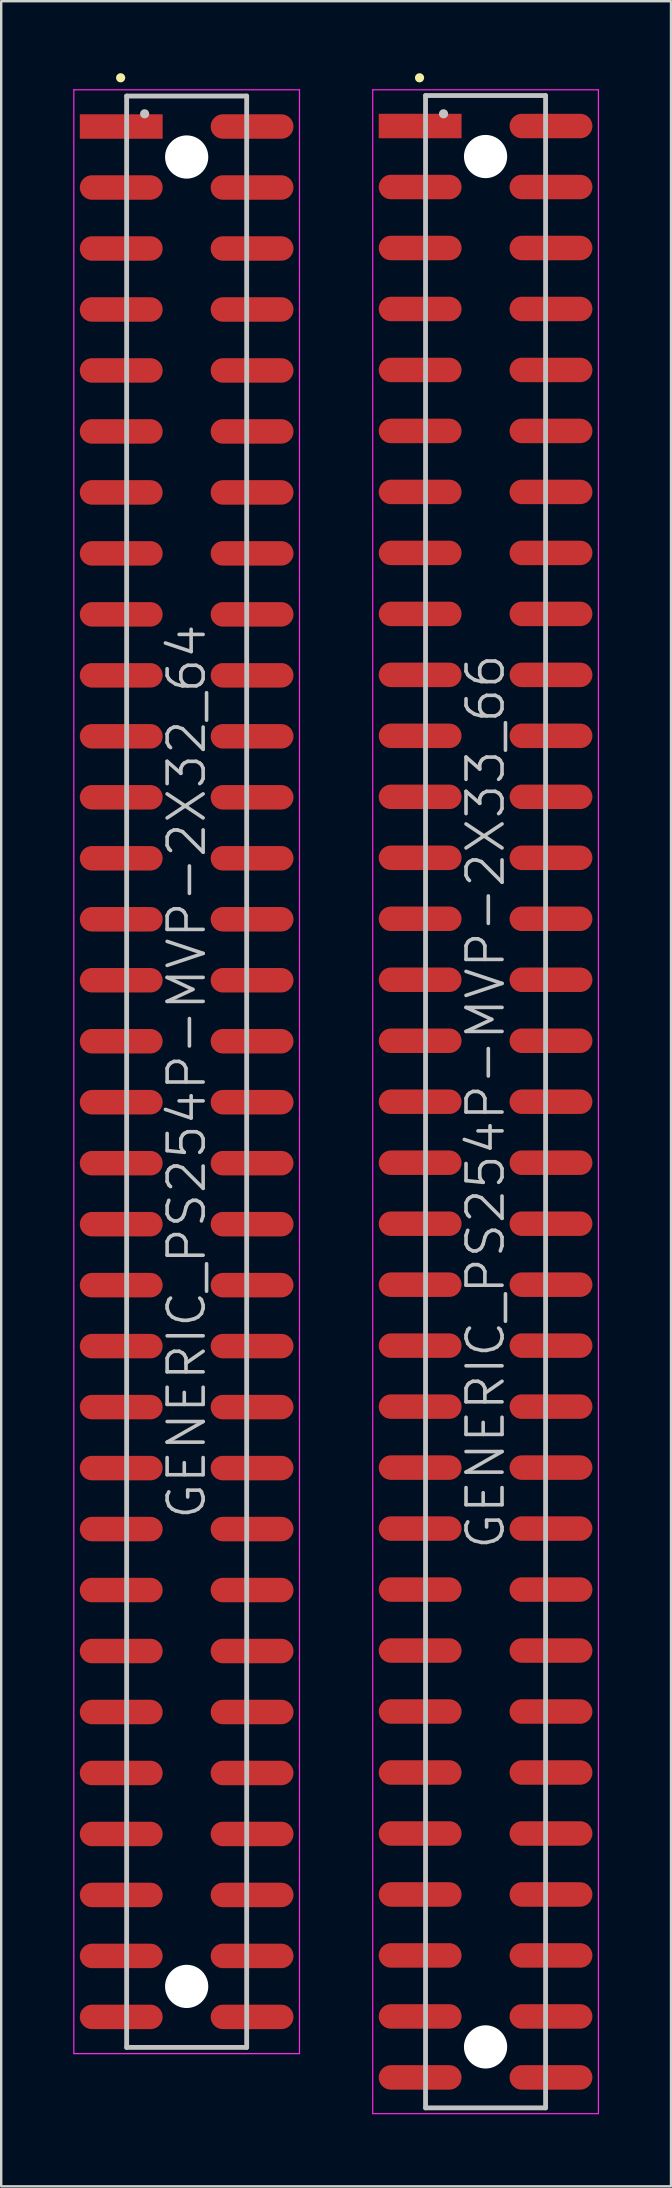
<source format=kicad_pcb>
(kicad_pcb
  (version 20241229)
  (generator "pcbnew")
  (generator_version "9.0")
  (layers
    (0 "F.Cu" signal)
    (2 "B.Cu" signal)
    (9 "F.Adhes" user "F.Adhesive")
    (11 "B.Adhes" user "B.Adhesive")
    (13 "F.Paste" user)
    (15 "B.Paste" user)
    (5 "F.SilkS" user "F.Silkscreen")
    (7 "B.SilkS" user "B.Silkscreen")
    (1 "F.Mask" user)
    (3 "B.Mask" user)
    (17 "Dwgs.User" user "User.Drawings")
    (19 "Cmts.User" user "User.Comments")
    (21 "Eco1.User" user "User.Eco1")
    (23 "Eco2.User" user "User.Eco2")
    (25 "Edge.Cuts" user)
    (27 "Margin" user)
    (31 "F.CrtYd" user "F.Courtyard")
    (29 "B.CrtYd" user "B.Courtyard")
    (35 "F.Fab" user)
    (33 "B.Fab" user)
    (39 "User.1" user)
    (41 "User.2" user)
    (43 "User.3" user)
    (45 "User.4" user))
  (footprint "GENERIC_PS254P-MVP-2X32_64"
    (layer "F.Cu")
    (at 4.725 41.59)
    (property "Reference" "GENERIC_PS254P-MVP-2X32_64" (at 0 0 90) (layer "Dwgs.User") (effects (font (size 1.5 1.5) (thickness 0.15))))
    (attr smd)
    (fp_line (start -2.75 -41.4) (end -2.75 -41.4) (stroke (width 0.381) (type solid)) (layer "F.SilkS"))
    (fp_line (start -2.5 -40.64) (end -2.5 40.64) (stroke (width 0.2) (type solid)) (layer "Dwgs.User"))
    (fp_line (start -2.5 -40.64) (end 2.5 -40.64) (stroke (width 0.2) (type solid)) (layer "Dwgs.User"))
    (fp_line (start -2.5 40.64) (end 2.5 40.64) (stroke (width 0.2) (type solid)) (layer "Dwgs.User"))
    (fp_line (start -1.75 -39.9) (end -1.75 -39.9) (stroke (width 0.381) (type solid)) (layer "Dwgs.User"))
    (fp_line (start 2.5 -40.64) (end 2.5 40.64) (stroke (width 0.2) (type solid)) (layer "Dwgs.User"))
    (fp_line (start -4.7 -40.9) (end -4.7 40.9) (stroke (width 0.05) (type solid)) (layer "F.CrtYd"))
    (fp_line (start -4.7 -40.9) (end 4.7 -40.9) (stroke (width 0.05) (type solid)) (layer "F.CrtYd"))
    (fp_line (start -4.7 40.9) (end 4.7 40.9) (stroke (width 0.05) (type solid)) (layer "F.CrtYd"))
    (fp_line (start 4.7 -40.9) (end 4.7 40.9) (stroke (width 0.05) (type solid)) (layer "F.CrtYd"))
    (pad "" np_thru_hole circle (at 0 -38.1 270) (size 1.8 1.8) (drill 1.8) (layers "*.Cu" "*.Mask"))
    (pad "" np_thru_hole circle (at 0 38.1 270) (size 1.8 1.8) (drill 1.8) (layers "*.Cu" "*.Mask"))
    (pad "1" smd rect (at -2.725 -39.37 270) (size 1.02 3.45) (layers "F.Cu" "F.Mask" "F.Paste"))
    (pad "2" smd oval (at 2.725 -39.37 270) (size 1.02 3.45) (layers "F.Cu" "F.Mask" "F.Paste"))
    (pad "3" smd oval (at -2.725 -36.83 270) (size 1.02 3.45) (layers "F.Cu" "F.Mask" "F.Paste"))
    (pad "4" smd oval (at 2.725 -36.83 270) (size 1.02 3.45) (layers "F.Cu" "F.Mask" "F.Paste"))
    (pad "5" smd oval (at -2.725 -34.29 270) (size 1.02 3.45) (layers "F.Cu" "F.Mask" "F.Paste"))
    (pad "6" smd oval (at 2.725 -34.29 270) (size 1.02 3.45) (layers "F.Cu" "F.Mask" "F.Paste"))
    (pad "7" smd oval (at -2.725 -31.75 270) (size 1.02 3.45) (layers "F.Cu" "F.Mask" "F.Paste"))
    (pad "8" smd oval (at 2.725 -31.75 270) (size 1.02 3.45) (layers "F.Cu" "F.Mask" "F.Paste"))
    (pad "9" smd oval (at -2.725 -29.21 270) (size 1.02 3.45) (layers "F.Cu" "F.Mask" "F.Paste"))
    (pad "10" smd oval (at 2.725 -29.21 270) (size 1.02 3.45) (layers "F.Cu" "F.Mask" "F.Paste"))
    (pad "11" smd oval (at -2.725 -26.67 270) (size 1.02 3.45) (layers "F.Cu" "F.Mask" "F.Paste"))
    (pad "12" smd oval (at 2.725 -26.67 270) (size 1.02 3.45) (layers "F.Cu" "F.Mask" "F.Paste"))
    (pad "13" smd oval (at -2.725 -24.13 270) (size 1.02 3.45) (layers "F.Cu" "F.Mask" "F.Paste"))
    (pad "14" smd oval (at 2.725 -24.13 270) (size 1.02 3.45) (layers "F.Cu" "F.Mask" "F.Paste"))
    (pad "15" smd oval (at -2.725 -21.59 270) (size 1.02 3.45) (layers "F.Cu" "F.Mask" "F.Paste"))
    (pad "16" smd oval (at 2.725 -21.59 270) (size 1.02 3.45) (layers "F.Cu" "F.Mask" "F.Paste"))
    (pad "17" smd oval (at -2.725 -19.05 270) (size 1.02 3.45) (layers "F.Cu" "F.Mask" "F.Paste"))
    (pad "18" smd oval (at 2.725 -19.05 270) (size 1.02 3.45) (layers "F.Cu" "F.Mask" "F.Paste"))
    (pad "19" smd oval (at -2.725 -16.51 270) (size 1.02 3.45) (layers "F.Cu" "F.Mask" "F.Paste"))
    (pad "20" smd oval (at 2.725 -16.51 270) (size 1.02 3.45) (layers "F.Cu" "F.Mask" "F.Paste"))
    (pad "21" smd oval (at -2.725 -13.97 270) (size 1.02 3.45) (layers "F.Cu" "F.Mask" "F.Paste"))
    (pad "22" smd oval (at 2.725 -13.97 270) (size 1.02 3.45) (layers "F.Cu" "F.Mask" "F.Paste"))
    (pad "23" smd oval (at -2.725 -11.43 270) (size 1.02 3.45) (layers "F.Cu" "F.Mask" "F.Paste"))
    (pad "24" smd oval (at 2.725 -11.43 270) (size 1.02 3.45) (layers "F.Cu" "F.Mask" "F.Paste"))
    (pad "25" smd oval (at -2.725 -8.89 270) (size 1.02 3.45) (layers "F.Cu" "F.Mask" "F.Paste"))
    (pad "26" smd oval (at 2.725 -8.89 270) (size 1.02 3.45) (layers "F.Cu" "F.Mask" "F.Paste"))
    (pad "27" smd oval (at -2.725 -6.35 270) (size 1.02 3.45) (layers "F.Cu" "F.Mask" "F.Paste"))
    (pad "28" smd oval (at 2.725 -6.35 270) (size 1.02 3.45) (layers "F.Cu" "F.Mask" "F.Paste"))
    (pad "29" smd oval (at -2.725 -3.81 270) (size 1.02 3.45) (layers "F.Cu" "F.Mask" "F.Paste"))
    (pad "30" smd oval (at 2.725 -3.81 270) (size 1.02 3.45) (layers "F.Cu" "F.Mask" "F.Paste"))
    (pad "31" smd oval (at -2.725 -1.27 270) (size 1.02 3.45) (layers "F.Cu" "F.Mask" "F.Paste"))
    (pad "32" smd oval (at 2.725 -1.27 270) (size 1.02 3.45) (layers "F.Cu" "F.Mask" "F.Paste"))
    (pad "33" smd oval (at -2.725 1.27 270) (size 1.02 3.45) (layers "F.Cu" "F.Mask" "F.Paste"))
    (pad "34" smd oval (at 2.725 1.27 270) (size 1.02 3.45) (layers "F.Cu" "F.Mask" "F.Paste"))
    (pad "35" smd oval (at -2.725 3.81 270) (size 1.02 3.45) (layers "F.Cu" "F.Mask" "F.Paste"))
    (pad "36" smd oval (at 2.725 3.81 270) (size 1.02 3.45) (layers "F.Cu" "F.Mask" "F.Paste"))
    (pad "37" smd oval (at -2.725 6.35 270) (size 1.02 3.45) (layers "F.Cu" "F.Mask" "F.Paste"))
    (pad "38" smd oval (at 2.725 6.35 270) (size 1.02 3.45) (layers "F.Cu" "F.Mask" "F.Paste"))
    (pad "39" smd oval (at -2.725 8.89 270) (size 1.02 3.45) (layers "F.Cu" "F.Mask" "F.Paste"))
    (pad "40" smd oval (at 2.725 8.89 270) (size 1.02 3.45) (layers "F.Cu" "F.Mask" "F.Paste"))
    (pad "41" smd oval (at -2.725 11.43 270) (size 1.02 3.45) (layers "F.Cu" "F.Mask" "F.Paste"))
    (pad "42" smd oval (at 2.725 11.43 270) (size 1.02 3.45) (layers "F.Cu" "F.Mask" "F.Paste"))
    (pad "43" smd oval (at -2.725 13.97 270) (size 1.02 3.45) (layers "F.Cu" "F.Mask" "F.Paste"))
    (pad "44" smd oval (at 2.725 13.97 270) (size 1.02 3.45) (layers "F.Cu" "F.Mask" "F.Paste"))
    (pad "45" smd oval (at -2.725 16.51 270) (size 1.02 3.45) (layers "F.Cu" "F.Mask" "F.Paste"))
    (pad "46" smd oval (at 2.725 16.51 270) (size 1.02 3.45) (layers "F.Cu" "F.Mask" "F.Paste"))
    (pad "47" smd oval (at -2.725 19.05 270) (size 1.02 3.45) (layers "F.Cu" "F.Mask" "F.Paste"))
    (pad "48" smd oval (at 2.725 19.05 270) (size 1.02 3.45) (layers "F.Cu" "F.Mask" "F.Paste"))
    (pad "49" smd oval (at -2.725 21.59 270) (size 1.02 3.45) (layers "F.Cu" "F.Mask" "F.Paste"))
    (pad "50" smd oval (at 2.725 21.59 270) (size 1.02 3.45) (layers "F.Cu" "F.Mask" "F.Paste"))
    (pad "51" smd oval (at -2.725 24.13 270) (size 1.02 3.45) (layers "F.Cu" "F.Mask" "F.Paste"))
    (pad "52" smd oval (at 2.725 24.13 270) (size 1.02 3.45) (layers "F.Cu" "F.Mask" "F.Paste"))
    (pad "53" smd oval (at -2.725 26.67 270) (size 1.02 3.45) (layers "F.Cu" "F.Mask" "F.Paste"))
    (pad "54" smd oval (at 2.725 26.67 270) (size 1.02 3.45) (layers "F.Cu" "F.Mask" "F.Paste"))
    (pad "55" smd oval (at -2.725 29.21 270) (size 1.02 3.45) (layers "F.Cu" "F.Mask" "F.Paste"))
    (pad "56" smd oval (at 2.725 29.21 270) (size 1.02 3.45) (layers "F.Cu" "F.Mask" "F.Paste"))
    (pad "57" smd oval (at -2.725 31.75 270) (size 1.02 3.45) (layers "F.Cu" "F.Mask" "F.Paste"))
    (pad "58" smd oval (at 2.725 31.75 270) (size 1.02 3.45) (layers "F.Cu" "F.Mask" "F.Paste"))
    (pad "59" smd oval (at -2.725 34.29 270) (size 1.02 3.45) (layers "F.Cu" "F.Mask" "F.Paste"))
    (pad "60" smd oval (at 2.725 34.29 270) (size 1.02 3.45) (layers "F.Cu" "F.Mask" "F.Paste"))
    (pad "61" smd oval (at -2.725 36.83 270) (size 1.02 3.45) (layers "F.Cu" "F.Mask" "F.Paste"))
    (pad "62" smd oval (at 2.725 36.83 270) (size 1.02 3.45) (layers "F.Cu" "F.Mask" "F.Paste"))
    (pad "63" smd oval (at -2.725 39.37 270) (size 1.02 3.45) (layers "F.Cu" "F.Mask" "F.Paste"))
    (pad "64" smd oval (at 2.725 39.37 270) (size 1.02 3.45) (layers "F.Cu" "F.Mask" "F.Paste")))
  (footprint "GENERIC_PS254P-MVP-2X33_66"
    (layer "F.Cu")
    (at 17.175 42.84)
    (property "Reference" "GENERIC_PS254P-MVP-2X33_66" (at 0 0 90) (layer "Dwgs.User") (effects (font (size 1.5 1.5) (thickness 0.15))))
    (attr smd)
    (fp_line (start -2.75 -42.65) (end -2.75 -42.65) (stroke (width 0.381) (type solid)) (layer "F.SilkS"))
    (fp_line (start -2.5 -41.91) (end -2.5 41.91) (stroke (width 0.2) (type solid)) (layer "Dwgs.User"))
    (fp_line (start -2.5 -41.91) (end 2.5 -41.91) (stroke (width 0.2) (type solid)) (layer "Dwgs.User"))
    (fp_line (start -2.5 41.91) (end 2.5 41.91) (stroke (width 0.2) (type solid)) (layer "Dwgs.User"))
    (fp_line (start -1.75 -41.15) (end -1.75 -41.15) (stroke (width 0.381) (type solid)) (layer "Dwgs.User"))
    (fp_line (start 2.5 -41.91) (end 2.5 41.91) (stroke (width 0.2) (type solid)) (layer "Dwgs.User"))
    (fp_line (start -4.7 -42.15) (end -4.7 42.15) (stroke (width 0.05) (type solid)) (layer "F.CrtYd"))
    (fp_line (start -4.7 -42.15) (end 4.7 -42.15) (stroke (width 0.05) (type solid)) (layer "F.CrtYd"))
    (fp_line (start -4.7 42.15) (end 4.7 42.15) (stroke (width 0.05) (type solid)) (layer "F.CrtYd"))
    (fp_line (start 4.7 -42.15) (end 4.7 42.15) (stroke (width 0.05) (type solid)) (layer "F.CrtYd"))
    (pad "" np_thru_hole circle (at 0 -39.37 270) (size 1.8 1.8) (drill 1.8) (layers "*.Cu" "*.Mask"))
    (pad "" np_thru_hole circle (at 0 39.37 270) (size 1.8 1.8) (drill 1.8) (layers "*.Cu" "*.Mask"))
    (pad "1" smd rect (at -2.725 -40.64 270) (size 1.02 3.45) (layers "F.Cu" "F.Mask" "F.Paste"))
    (pad "2" smd oval (at 2.725 -40.64 270) (size 1.02 3.45) (layers "F.Cu" "F.Mask" "F.Paste"))
    (pad "3" smd oval (at -2.725 -38.1 270) (size 1.02 3.45) (layers "F.Cu" "F.Mask" "F.Paste"))
    (pad "4" smd oval (at 2.725 -38.1 270) (size 1.02 3.45) (layers "F.Cu" "F.Mask" "F.Paste"))
    (pad "5" smd oval (at -2.725 -35.56 270) (size 1.02 3.45) (layers "F.Cu" "F.Mask" "F.Paste"))
    (pad "6" smd oval (at 2.725 -35.56 270) (size 1.02 3.45) (layers "F.Cu" "F.Mask" "F.Paste"))
    (pad "7" smd oval (at -2.725 -33.02 270) (size 1.02 3.45) (layers "F.Cu" "F.Mask" "F.Paste"))
    (pad "8" smd oval (at 2.725 -33.02 270) (size 1.02 3.45) (layers "F.Cu" "F.Mask" "F.Paste"))
    (pad "9" smd oval (at -2.725 -30.48 270) (size 1.02 3.45) (layers "F.Cu" "F.Mask" "F.Paste"))
    (pad "10" smd oval (at 2.725 -30.48 270) (size 1.02 3.45) (layers "F.Cu" "F.Mask" "F.Paste"))
    (pad "11" smd oval (at -2.725 -27.94 270) (size 1.02 3.45) (layers "F.Cu" "F.Mask" "F.Paste"))
    (pad "12" smd oval (at 2.725 -27.94 270) (size 1.02 3.45) (layers "F.Cu" "F.Mask" "F.Paste"))
    (pad "13" smd oval (at -2.725 -25.4 270) (size 1.02 3.45) (layers "F.Cu" "F.Mask" "F.Paste"))
    (pad "14" smd oval (at 2.725 -25.4 270) (size 1.02 3.45) (layers "F.Cu" "F.Mask" "F.Paste"))
    (pad "15" smd oval (at -2.725 -22.86 270) (size 1.02 3.45) (layers "F.Cu" "F.Mask" "F.Paste"))
    (pad "16" smd oval (at 2.725 -22.86 270) (size 1.02 3.45) (layers "F.Cu" "F.Mask" "F.Paste"))
    (pad "17" smd oval (at -2.725 -20.32 270) (size 1.02 3.45) (layers "F.Cu" "F.Mask" "F.Paste"))
    (pad "18" smd oval (at 2.725 -20.32 270) (size 1.02 3.45) (layers "F.Cu" "F.Mask" "F.Paste"))
    (pad "19" smd oval (at -2.725 -17.78 270) (size 1.02 3.45) (layers "F.Cu" "F.Mask" "F.Paste"))
    (pad "20" smd oval (at 2.725 -17.78 270) (size 1.02 3.45) (layers "F.Cu" "F.Mask" "F.Paste"))
    (pad "21" smd oval (at -2.725 -15.24 270) (size 1.02 3.45) (layers "F.Cu" "F.Mask" "F.Paste"))
    (pad "22" smd oval (at 2.725 -15.24 270) (size 1.02 3.45) (layers "F.Cu" "F.Mask" "F.Paste"))
    (pad "23" smd oval (at -2.725 -12.7 270) (size 1.02 3.45) (layers "F.Cu" "F.Mask" "F.Paste"))
    (pad "24" smd oval (at 2.725 -12.7 270) (size 1.02 3.45) (layers "F.Cu" "F.Mask" "F.Paste"))
    (pad "25" smd oval (at -2.725 -10.16 270) (size 1.02 3.45) (layers "F.Cu" "F.Mask" "F.Paste"))
    (pad "26" smd oval (at 2.725 -10.16 270) (size 1.02 3.45) (layers "F.Cu" "F.Mask" "F.Paste"))
    (pad "27" smd oval (at -2.725 -7.62 270) (size 1.02 3.45) (layers "F.Cu" "F.Mask" "F.Paste"))
    (pad "28" smd oval (at 2.725 -7.62 270) (size 1.02 3.45) (layers "F.Cu" "F.Mask" "F.Paste"))
    (pad "29" smd oval (at -2.725 -5.08 270) (size 1.02 3.45) (layers "F.Cu" "F.Mask" "F.Paste"))
    (pad "30" smd oval (at 2.725 -5.08 270) (size 1.02 3.45) (layers "F.Cu" "F.Mask" "F.Paste"))
    (pad "31" smd oval (at -2.725 -2.54 270) (size 1.02 3.45) (layers "F.Cu" "F.Mask" "F.Paste"))
    (pad "32" smd oval (at 2.725 -2.54 270) (size 1.02 3.45) (layers "F.Cu" "F.Mask" "F.Paste"))
    (pad "33" smd oval (at -2.725 0 270) (size 1.02 3.45) (layers "F.Cu" "F.Mask" "F.Paste"))
    (pad "34" smd oval (at 2.725 0 270) (size 1.02 3.45) (layers "F.Cu" "F.Mask" "F.Paste"))
    (pad "35" smd oval (at -2.725 2.54 270) (size 1.02 3.45) (layers "F.Cu" "F.Mask" "F.Paste"))
    (pad "36" smd oval (at 2.725 2.54 270) (size 1.02 3.45) (layers "F.Cu" "F.Mask" "F.Paste"))
    (pad "37" smd oval (at -2.725 5.08 270) (size 1.02 3.45) (layers "F.Cu" "F.Mask" "F.Paste"))
    (pad "38" smd oval (at 2.725 5.08 270) (size 1.02 3.45) (layers "F.Cu" "F.Mask" "F.Paste"))
    (pad "39" smd oval (at -2.725 7.62 270) (size 1.02 3.45) (layers "F.Cu" "F.Mask" "F.Paste"))
    (pad "40" smd oval (at 2.725 7.62 270) (size 1.02 3.45) (layers "F.Cu" "F.Mask" "F.Paste"))
    (pad "41" smd oval (at -2.725 10.16 270) (size 1.02 3.45) (layers "F.Cu" "F.Mask" "F.Paste"))
    (pad "42" smd oval (at 2.725 10.16 270) (size 1.02 3.45) (layers "F.Cu" "F.Mask" "F.Paste"))
    (pad "43" smd oval (at -2.725 12.7 270) (size 1.02 3.45) (layers "F.Cu" "F.Mask" "F.Paste"))
    (pad "44" smd oval (at 2.725 12.7 270) (size 1.02 3.45) (layers "F.Cu" "F.Mask" "F.Paste"))
    (pad "45" smd oval (at -2.725 15.24 270) (size 1.02 3.45) (layers "F.Cu" "F.Mask" "F.Paste"))
    (pad "46" smd oval (at 2.725 15.24 270) (size 1.02 3.45) (layers "F.Cu" "F.Mask" "F.Paste"))
    (pad "47" smd oval (at -2.725 17.78 270) (size 1.02 3.45) (layers "F.Cu" "F.Mask" "F.Paste"))
    (pad "48" smd oval (at 2.725 17.78 270) (size 1.02 3.45) (layers "F.Cu" "F.Mask" "F.Paste"))
    (pad "49" smd oval (at -2.725 20.32 270) (size 1.02 3.45) (layers "F.Cu" "F.Mask" "F.Paste"))
    (pad "50" smd oval (at 2.725 20.32 270) (size 1.02 3.45) (layers "F.Cu" "F.Mask" "F.Paste"))
    (pad "51" smd oval (at -2.725 22.86 270) (size 1.02 3.45) (layers "F.Cu" "F.Mask" "F.Paste"))
    (pad "52" smd oval (at 2.725 22.86 270) (size 1.02 3.45) (layers "F.Cu" "F.Mask" "F.Paste"))
    (pad "53" smd oval (at -2.725 25.4 270) (size 1.02 3.45) (layers "F.Cu" "F.Mask" "F.Paste"))
    (pad "54" smd oval (at 2.725 25.4 270) (size 1.02 3.45) (layers "F.Cu" "F.Mask" "F.Paste"))
    (pad "55" smd oval (at -2.725 27.94 270) (size 1.02 3.45) (layers "F.Cu" "F.Mask" "F.Paste"))
    (pad "56" smd oval (at 2.725 27.94 270) (size 1.02 3.45) (layers "F.Cu" "F.Mask" "F.Paste"))
    (pad "57" smd oval (at -2.725 30.48 270) (size 1.02 3.45) (layers "F.Cu" "F.Mask" "F.Paste"))
    (pad "58" smd oval (at 2.725 30.48 270) (size 1.02 3.45) (layers "F.Cu" "F.Mask" "F.Paste"))
    (pad "59" smd oval (at -2.725 33.02 270) (size 1.02 3.45) (layers "F.Cu" "F.Mask" "F.Paste"))
    (pad "60" smd oval (at 2.725 33.02 270) (size 1.02 3.45) (layers "F.Cu" "F.Mask" "F.Paste"))
    (pad "61" smd oval (at -2.725 35.56 270) (size 1.02 3.45) (layers "F.Cu" "F.Mask" "F.Paste"))
    (pad "62" smd oval (at 2.725 35.56 270) (size 1.02 3.45) (layers "F.Cu" "F.Mask" "F.Paste"))
    (pad "63" smd oval (at -2.725 38.1 270) (size 1.02 3.45) (layers "F.Cu" "F.Mask" "F.Paste"))
    (pad "64" smd oval (at 2.725 38.1 270) (size 1.02 3.45) (layers "F.Cu" "F.Mask" "F.Paste"))
    (pad "65" smd oval (at -2.725 40.64 270) (size 1.02 3.45) (layers "F.Cu" "F.Mask" "F.Paste"))
    (pad "66" smd oval (at 2.725 40.64 270) (size 1.02 3.45) (layers "F.Cu" "F.Mask" "F.Paste")))
  (gr_rect
    (start -3 -3)
    (end 24.9 88.016)
    (stroke (width 0.1) (type default))
    (fill no)
    (layer "Edge.Cuts")))
</source>
